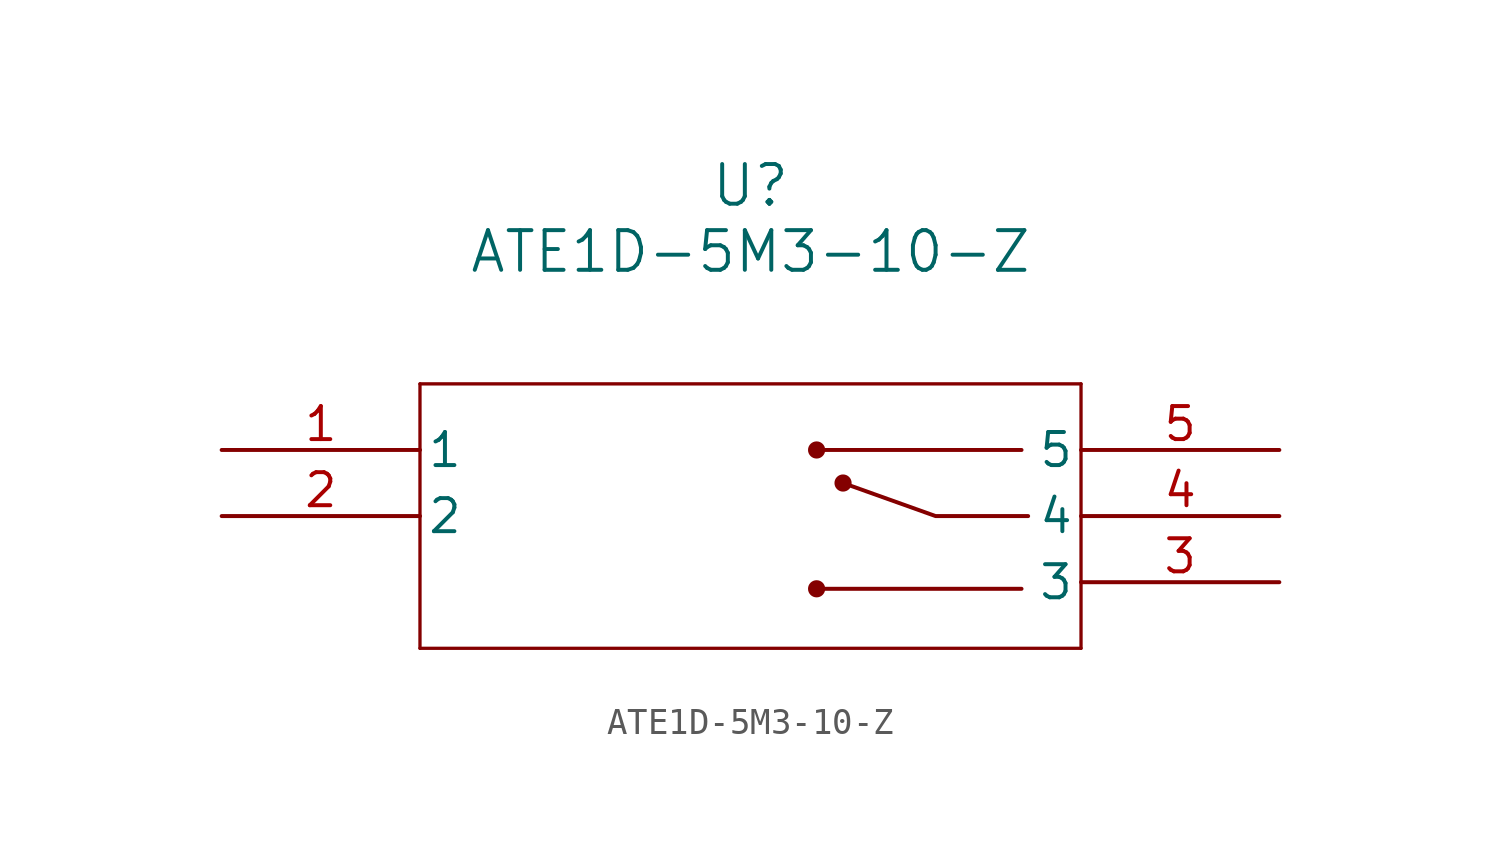
<source format=kicad_sym>
(kicad_symbol_lib
  (version 20220914)
  (generator kicad_symbol_editor)
  (symbol "ATE1D-5M3-10-Z"
    (pin_names
      (offset 0.254))
    (property "Reference" "U"
      (at 20.32 10.16 0)
      (effects (font (size 1.524 1.524))))
    (property "Value" "ATE1D-5M3-10-Z"
      (at 20.32 7.62 0)
      (effects (font (size 1.524 1.524))))
    (property "ki_locked" ""
      (at 0 0 0)
      (effects (font (size 1.27 1.27))))
    (symbol "ATE1D-5M3-10-Z_0_1"
      (polyline (pts (xy 7.62 -7.62) (xy 33.02 -7.62)) (stroke (width 0.127) (type default)) (fill (type none)))
      (polyline (pts (xy 7.62 2.54) (xy 7.62 -7.62)) (stroke (width 0.127) (type default)) (fill (type none)))
      (polyline (pts (xy 33.02 -7.62) (xy 33.02 2.54)) (stroke (width 0.127) (type default)) (fill (type none)))
      (polyline (pts (xy 33.02 2.54) (xy 7.62 2.54)) (stroke (width 0.127) (type default)) (fill (type none)))
      (pin unspecified line (at 0 0 0) (length 7.62) (name "1" (effects (font (size 1.27 1.27)))) (number "1" (effects (font (size 1.27 1.27)))))
      (pin unspecified line (at 0 -2.54 0) (length 7.62) (name "2" (effects (font (size 1.27 1.27)))) (number "2" (effects (font (size 1.27 1.27)))))
      (pin unspecified line (at 40.64 -5.08 180) (length 7.62) (name "3" (effects (font (size 1.27 1.27)))) (number "3" (effects (font (size 1.27 1.27)))))
      (pin unspecified line (at 40.64 -2.54 180) (length 7.62) (name "4" (effects (font (size 1.27 1.27)))) (number "4" (effects (font (size 1.27 1.27)))))
      (pin unspecified line (at 40.64 0 180) (length 7.62) (name "5" (effects (font (size 1.27 1.27)))) (number "5" (effects (font (size 1.27 1.27))))))
    (symbol "ATE1D-5M3-10-Z_1_1"
      (polyline (pts (xy 30.734 -5.334) (xy 22.86 -5.334)) (stroke (width 0) (type default)) (fill (type none)))
      (polyline (pts (xy 30.734 0) (xy 22.86 0)) (stroke (width 0) (type default)) (fill (type none)))
      (polyline (pts (xy 30.988 -2.54) (xy 27.432 -2.54) (xy 23.876 -1.27)) (stroke (width 0) (type default)) (fill (type none)))
      (circle (center 22.86 -5.334) (radius 0.254) (stroke (width 0) (type default)) (fill (type outline)))
      (circle (center 22.86 0) (radius 0.254) (stroke (width 0) (type default)) (fill (type outline)))
      (circle (center 23.876 -1.27) (radius 0.254) (stroke (width 0) (type default)) (fill (type outline))))))
</source>
